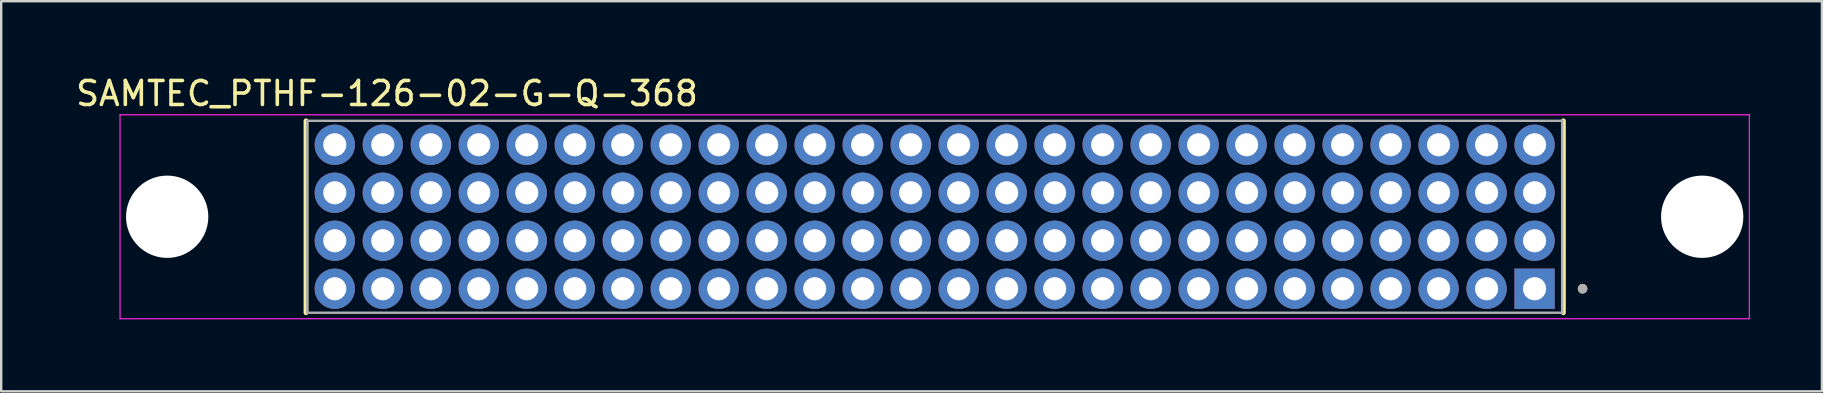
<source format=kicad_pcb>
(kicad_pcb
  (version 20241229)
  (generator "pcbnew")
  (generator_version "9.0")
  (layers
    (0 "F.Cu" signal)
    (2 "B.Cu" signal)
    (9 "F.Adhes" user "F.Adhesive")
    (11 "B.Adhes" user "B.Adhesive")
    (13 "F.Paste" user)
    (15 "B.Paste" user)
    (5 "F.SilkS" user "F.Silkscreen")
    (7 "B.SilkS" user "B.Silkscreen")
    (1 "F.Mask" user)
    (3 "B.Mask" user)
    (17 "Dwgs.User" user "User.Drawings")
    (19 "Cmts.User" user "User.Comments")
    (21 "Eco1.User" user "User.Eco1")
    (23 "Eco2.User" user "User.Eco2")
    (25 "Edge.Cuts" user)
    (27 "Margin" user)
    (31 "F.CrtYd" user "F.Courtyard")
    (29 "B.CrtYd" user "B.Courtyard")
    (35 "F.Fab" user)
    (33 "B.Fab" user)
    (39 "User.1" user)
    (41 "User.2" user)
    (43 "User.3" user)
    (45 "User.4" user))
  (footprint "SAMTEC_PTHF-126-02-G-Q-368"
    (layer "F.Cu")
    (at 35.902 5.983)
    (property "Reference" "SAMTEC_PTHF-126-02-G-Q-368" (at -22.825 -5.135 0) (layer "F.SilkS") (effects (font (size 1 1) (thickness 0.15))))
    (attr through_hole)
    (fp_line (start -26.2 -4) (end -26.2 4) (stroke (width 0.2) (type solid)) (layer "F.SilkS"))
    (fp_line (start 26.2 -4) (end 26.2 4) (stroke (width 0.2) (type solid)) (layer "F.SilkS"))
    (fp_circle (center 27 3) (end 27.1 3) (stroke (width 0.2) (type solid)) (fill no) (layer "F.SilkS"))
    (fp_line (start -33.95 -4.25) (end 33.95 -4.25) (stroke (width 0.05) (type solid)) (layer "F.CrtYd"))
    (fp_line (start -33.95 4.25) (end -33.95 -4.25) (stroke (width 0.05) (type solid)) (layer "F.CrtYd"))
    (fp_line (start 33.95 -4.25) (end 33.95 4.25) (stroke (width 0.05) (type solid)) (layer "F.CrtYd"))
    (fp_line (start 33.95 4.25) (end -33.95 4.25) (stroke (width 0.05) (type solid)) (layer "F.CrtYd"))
    (fp_line (start -26.15 -4) (end 26.15 -4) (stroke (width 0.1) (type solid)) (layer "F.Fab"))
    (fp_line (start -26.15 4) (end -26.15 -4) (stroke (width 0.1) (type solid)) (layer "F.Fab"))
    (fp_line (start 26.15 -4) (end 26.15 4) (stroke (width 0.1) (type solid)) (layer "F.Fab"))
    (fp_line (start 26.15 4) (end -26.15 4) (stroke (width 0.1) (type solid)) (layer "F.Fab"))
    (fp_circle (center 27 3) (end 27.1 3) (stroke (width 0.2) (type solid)) (fill no) (layer "F.Fab"))
    (pad "" np_thru_hole circle (at -31.985 0) (size 3.43 3.43) (drill 3.43) (layers "*.Cu" "*.Mask"))
    (pad "" np_thru_hole circle (at 31.985 0) (size 3.43 3.43) (drill 3.43) (layers "*.Cu" "*.Mask"))
    (pad "01" thru_hole rect (at 25 3) (size 1.68 1.68) (drill 0.965) (layers "*.Cu" "*.Mask"))
    (pad "02" thru_hole circle (at 25 1) (size 1.68 1.68) (drill 0.965) (layers "*.Cu" "*.Mask"))
    (pad "03" thru_hole circle (at 25 -1) (size 1.68 1.68) (drill 0.965) (layers "*.Cu" "*.Mask"))
    (pad "04" thru_hole circle (at 25 -3) (size 1.68 1.68) (drill 0.965) (layers "*.Cu" "*.Mask"))
    (pad "05" thru_hole circle (at 23 3) (size 1.68 1.68) (drill 0.965) (layers "*.Cu" "*.Mask"))
    (pad "06" thru_hole circle (at 23 1) (size 1.68 1.68) (drill 0.965) (layers "*.Cu" "*.Mask"))
    (pad "07" thru_hole circle (at 23 -1) (size 1.68 1.68) (drill 0.965) (layers "*.Cu" "*.Mask"))
    (pad "08" thru_hole circle (at 23 -3) (size 1.68 1.68) (drill 0.965) (layers "*.Cu" "*.Mask"))
    (pad "09" thru_hole circle (at 21 3) (size 1.68 1.68) (drill 0.965) (layers "*.Cu" "*.Mask"))
    (pad "10" thru_hole circle (at 21 1) (size 1.68 1.68) (drill 0.965) (layers "*.Cu" "*.Mask"))
    (pad "11" thru_hole circle (at 21 -1) (size 1.68 1.68) (drill 0.965) (layers "*.Cu" "*.Mask"))
    (pad "12" thru_hole circle (at 21 -3) (size 1.68 1.68) (drill 0.965) (layers "*.Cu" "*.Mask"))
    (pad "13" thru_hole circle (at 19 3) (size 1.68 1.68) (drill 0.965) (layers "*.Cu" "*.Mask"))
    (pad "14" thru_hole circle (at 19 1) (size 1.68 1.68) (drill 0.965) (layers "*.Cu" "*.Mask"))
    (pad "15" thru_hole circle (at 19 -1) (size 1.68 1.68) (drill 0.965) (layers "*.Cu" "*.Mask"))
    (pad "16" thru_hole circle (at 19 -3) (size 1.68 1.68) (drill 0.965) (layers "*.Cu" "*.Mask"))
    (pad "17" thru_hole circle (at 17 3) (size 1.68 1.68) (drill 0.965) (layers "*.Cu" "*.Mask"))
    (pad "18" thru_hole circle (at 17 1) (size 1.68 1.68) (drill 0.965) (layers "*.Cu" "*.Mask"))
    (pad "19" thru_hole circle (at 17 -1) (size 1.68 1.68) (drill 0.965) (layers "*.Cu" "*.Mask"))
    (pad "20" thru_hole circle (at 17 -3) (size 1.68 1.68) (drill 0.965) (layers "*.Cu" "*.Mask"))
    (pad "21" thru_hole circle (at 15 3) (size 1.68 1.68) (drill 0.965) (layers "*.Cu" "*.Mask"))
    (pad "22" thru_hole circle (at 15 1) (size 1.68 1.68) (drill 0.965) (layers "*.Cu" "*.Mask"))
    (pad "23" thru_hole circle (at 15 -1) (size 1.68 1.68) (drill 0.965) (layers "*.Cu" "*.Mask"))
    (pad "24" thru_hole circle (at 15 -3) (size 1.68 1.68) (drill 0.965) (layers "*.Cu" "*.Mask"))
    (pad "25" thru_hole circle (at 13 3) (size 1.68 1.68) (drill 0.965) (layers "*.Cu" "*.Mask"))
    (pad "26" thru_hole circle (at 13 1) (size 1.68 1.68) (drill 0.965) (layers "*.Cu" "*.Mask"))
    (pad "27" thru_hole circle (at 13 -1) (size 1.68 1.68) (drill 0.965) (layers "*.Cu" "*.Mask"))
    (pad "28" thru_hole circle (at 13 -3) (size 1.68 1.68) (drill 0.965) (layers "*.Cu" "*.Mask"))
    (pad "29" thru_hole circle (at 11 3) (size 1.68 1.68) (drill 0.965) (layers "*.Cu" "*.Mask"))
    (pad "30" thru_hole circle (at 11 1) (size 1.68 1.68) (drill 0.965) (layers "*.Cu" "*.Mask"))
    (pad "31" thru_hole circle (at 11 -1) (size 1.68 1.68) (drill 0.965) (layers "*.Cu" "*.Mask"))
    (pad "32" thru_hole circle (at 11 -3) (size 1.68 1.68) (drill 0.965) (layers "*.Cu" "*.Mask"))
    (pad "33" thru_hole circle (at 9 3) (size 1.68 1.68) (drill 0.965) (layers "*.Cu" "*.Mask"))
    (pad "34" thru_hole circle (at 9 1) (size 1.68 1.68) (drill 0.965) (layers "*.Cu" "*.Mask"))
    (pad "35" thru_hole circle (at 9 -1) (size 1.68 1.68) (drill 0.965) (layers "*.Cu" "*.Mask"))
    (pad "36" thru_hole circle (at 9 -3) (size 1.68 1.68) (drill 0.965) (layers "*.Cu" "*.Mask"))
    (pad "37" thru_hole circle (at 7 3) (size 1.68 1.68) (drill 0.965) (layers "*.Cu" "*.Mask"))
    (pad "38" thru_hole circle (at 7 1) (size 1.68 1.68) (drill 0.965) (layers "*.Cu" "*.Mask"))
    (pad "39" thru_hole circle (at 7 -1) (size 1.68 1.68) (drill 0.965) (layers "*.Cu" "*.Mask"))
    (pad "40" thru_hole circle (at 7 -3) (size 1.68 1.68) (drill 0.965) (layers "*.Cu" "*.Mask"))
    (pad "41" thru_hole circle (at 5 3) (size 1.68 1.68) (drill 0.965) (layers "*.Cu" "*.Mask"))
    (pad "42" thru_hole circle (at 5 1) (size 1.68 1.68) (drill 0.965) (layers "*.Cu" "*.Mask"))
    (pad "43" thru_hole circle (at 5 -1) (size 1.68 1.68) (drill 0.965) (layers "*.Cu" "*.Mask"))
    (pad "44" thru_hole circle (at 5 -3) (size 1.68 1.68) (drill 0.965) (layers "*.Cu" "*.Mask"))
    (pad "45" thru_hole circle (at 3 3) (size 1.68 1.68) (drill 0.965) (layers "*.Cu" "*.Mask"))
    (pad "46" thru_hole circle (at 3 1) (size 1.68 1.68) (drill 0.965) (layers "*.Cu" "*.Mask"))
    (pad "47" thru_hole circle (at 3 -1) (size 1.68 1.68) (drill 0.965) (layers "*.Cu" "*.Mask"))
    (pad "48" thru_hole circle (at 3 -3) (size 1.68 1.68) (drill 0.965) (layers "*.Cu" "*.Mask"))
    (pad "49" thru_hole circle (at 1 3) (size 1.68 1.68) (drill 0.965) (layers "*.Cu" "*.Mask"))
    (pad "50" thru_hole circle (at 1 1) (size 1.68 1.68) (drill 0.965) (layers "*.Cu" "*.Mask"))
    (pad "51" thru_hole circle (at 1 -1) (size 1.68 1.68) (drill 0.965) (layers "*.Cu" "*.Mask"))
    (pad "52" thru_hole circle (at 1 -3) (size 1.68 1.68) (drill 0.965) (layers "*.Cu" "*.Mask"))
    (pad "53" thru_hole circle (at -1 3) (size 1.68 1.68) (drill 0.965) (layers "*.Cu" "*.Mask"))
    (pad "54" thru_hole circle (at -1 1) (size 1.68 1.68) (drill 0.965) (layers "*.Cu" "*.Mask"))
    (pad "55" thru_hole circle (at -1 -1) (size 1.68 1.68) (drill 0.965) (layers "*.Cu" "*.Mask"))
    (pad "56" thru_hole circle (at -1 -3) (size 1.68 1.68) (drill 0.965) (layers "*.Cu" "*.Mask"))
    (pad "57" thru_hole circle (at -3 3) (size 1.68 1.68) (drill 0.965) (layers "*.Cu" "*.Mask"))
    (pad "58" thru_hole circle (at -3 1) (size 1.68 1.68) (drill 0.965) (layers "*.Cu" "*.Mask"))
    (pad "59" thru_hole circle (at -3 -1) (size 1.68 1.68) (drill 0.965) (layers "*.Cu" "*.Mask"))
    (pad "60" thru_hole circle (at -3 -3) (size 1.68 1.68) (drill 0.965) (layers "*.Cu" "*.Mask"))
    (pad "61" thru_hole circle (at -5 3) (size 1.68 1.68) (drill 0.965) (layers "*.Cu" "*.Mask"))
    (pad "62" thru_hole circle (at -5 1) (size 1.68 1.68) (drill 0.965) (layers "*.Cu" "*.Mask"))
    (pad "63" thru_hole circle (at -5 -1) (size 1.68 1.68) (drill 0.965) (layers "*.Cu" "*.Mask"))
    (pad "64" thru_hole circle (at -5 -3) (size 1.68 1.68) (drill 0.965) (layers "*.Cu" "*.Mask"))
    (pad "65" thru_hole circle (at -7 3) (size 1.68 1.68) (drill 0.965) (layers "*.Cu" "*.Mask"))
    (pad "66" thru_hole circle (at -7 1) (size 1.68 1.68) (drill 0.965) (layers "*.Cu" "*.Mask"))
    (pad "67" thru_hole circle (at -7 -1) (size 1.68 1.68) (drill 0.965) (layers "*.Cu" "*.Mask"))
    (pad "68" thru_hole circle (at -7 -3) (size 1.68 1.68) (drill 0.965) (layers "*.Cu" "*.Mask"))
    (pad "69" thru_hole circle (at -9 3) (size 1.68 1.68) (drill 0.965) (layers "*.Cu" "*.Mask"))
    (pad "70" thru_hole circle (at -9 1) (size 1.68 1.68) (drill 0.965) (layers "*.Cu" "*.Mask"))
    (pad "71" thru_hole circle (at -9 -1) (size 1.68 1.68) (drill 0.965) (layers "*.Cu" "*.Mask"))
    (pad "72" thru_hole circle (at -9 -3) (size 1.68 1.68) (drill 0.965) (layers "*.Cu" "*.Mask"))
    (pad "73" thru_hole circle (at -11 3) (size 1.68 1.68) (drill 0.965) (layers "*.Cu" "*.Mask"))
    (pad "74" thru_hole circle (at -11 1) (size 1.68 1.68) (drill 0.965) (layers "*.Cu" "*.Mask"))
    (pad "75" thru_hole circle (at -11 -1) (size 1.68 1.68) (drill 0.965) (layers "*.Cu" "*.Mask"))
    (pad "76" thru_hole circle (at -11 -3) (size 1.68 1.68) (drill 0.965) (layers "*.Cu" "*.Mask"))
    (pad "77" thru_hole circle (at -13 3) (size 1.68 1.68) (drill 0.965) (layers "*.Cu" "*.Mask"))
    (pad "78" thru_hole circle (at -13 1) (size 1.68 1.68) (drill 0.965) (layers "*.Cu" "*.Mask"))
    (pad "79" thru_hole circle (at -13 -1) (size 1.68 1.68) (drill 0.965) (layers "*.Cu" "*.Mask"))
    (pad "80" thru_hole circle (at -13 -3) (size 1.68 1.68) (drill 0.965) (layers "*.Cu" "*.Mask"))
    (pad "81" thru_hole circle (at -15 3) (size 1.68 1.68) (drill 0.965) (layers "*.Cu" "*.Mask"))
    (pad "82" thru_hole circle (at -15 1) (size 1.68 1.68) (drill 0.965) (layers "*.Cu" "*.Mask"))
    (pad "83" thru_hole circle (at -15 -1) (size 1.68 1.68) (drill 0.965) (layers "*.Cu" "*.Mask"))
    (pad "84" thru_hole circle (at -15 -3) (size 1.68 1.68) (drill 0.965) (layers "*.Cu" "*.Mask"))
    (pad "85" thru_hole circle (at -17 3) (size 1.68 1.68) (drill 0.965) (layers "*.Cu" "*.Mask"))
    (pad "86" thru_hole circle (at -17 1) (size 1.68 1.68) (drill 0.965) (layers "*.Cu" "*.Mask"))
    (pad "87" thru_hole circle (at -17 -1) (size 1.68 1.68) (drill 0.965) (layers "*.Cu" "*.Mask"))
    (pad "88" thru_hole circle (at -17 -3) (size 1.68 1.68) (drill 0.965) (layers "*.Cu" "*.Mask"))
    (pad "89" thru_hole circle (at -19 3) (size 1.68 1.68) (drill 0.965) (layers "*.Cu" "*.Mask"))
    (pad "90" thru_hole circle (at -19 1) (size 1.68 1.68) (drill 0.965) (layers "*.Cu" "*.Mask"))
    (pad "91" thru_hole circle (at -19 -1) (size 1.68 1.68) (drill 0.965) (layers "*.Cu" "*.Mask"))
    (pad "92" thru_hole circle (at -19 -3) (size 1.68 1.68) (drill 0.965) (layers "*.Cu" "*.Mask"))
    (pad "93" thru_hole circle (at -21 3) (size 1.68 1.68) (drill 0.965) (layers "*.Cu" "*.Mask"))
    (pad "94" thru_hole circle (at -21 1) (size 1.68 1.68) (drill 0.965) (layers "*.Cu" "*.Mask"))
    (pad "95" thru_hole circle (at -21 -1) (size 1.68 1.68) (drill 0.965) (layers "*.Cu" "*.Mask"))
    (pad "96" thru_hole circle (at -21 -3) (size 1.68 1.68) (drill 0.965) (layers "*.Cu" "*.Mask"))
    (pad "97" thru_hole circle (at -23 3) (size 1.68 1.68) (drill 0.965) (layers "*.Cu" "*.Mask"))
    (pad "98" thru_hole circle (at -23 1) (size 1.68 1.68) (drill 0.965) (layers "*.Cu" "*.Mask"))
    (pad "99" thru_hole circle (at -23 -1) (size 1.68 1.68) (drill 0.965) (layers "*.Cu" "*.Mask"))
    (pad "100" thru_hole circle (at -23 -3) (size 1.68 1.68) (drill 0.965) (layers "*.Cu" "*.Mask"))
    (pad "101" thru_hole circle (at -25 3) (size 1.68 1.68) (drill 0.965) (layers "*.Cu" "*.Mask"))
    (pad "102" thru_hole circle (at -25 1) (size 1.68 1.68) (drill 0.965) (layers "*.Cu" "*.Mask"))
    (pad "103" thru_hole circle (at -25 -1) (size 1.68 1.68) (drill 0.965) (layers "*.Cu" "*.Mask"))
    (pad "104" thru_hole circle (at -25 -3) (size 1.68 1.68) (drill 0.965) (layers "*.Cu" "*.Mask")))
  (gr_rect
    (start -3 -3)
    (end 72.877 13.258)
    (stroke (width 0.1) (type default))
    (fill no)
    (layer "Edge.Cuts")))
</source>
